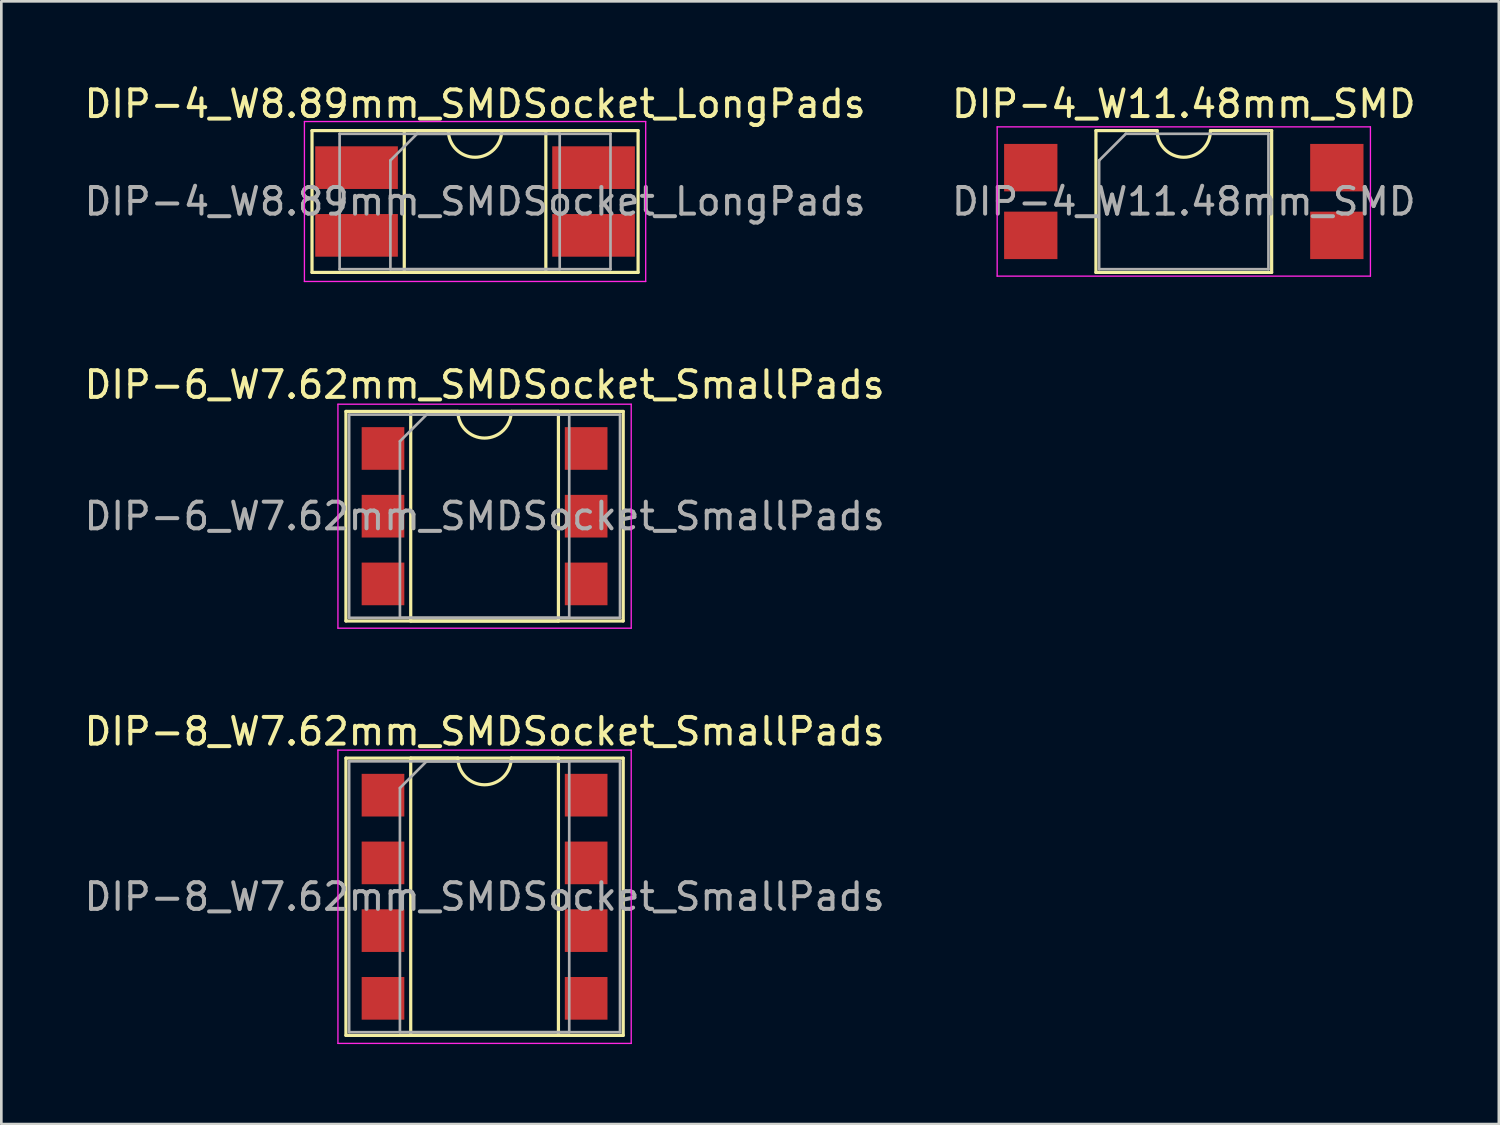
<source format=kicad_pcb>
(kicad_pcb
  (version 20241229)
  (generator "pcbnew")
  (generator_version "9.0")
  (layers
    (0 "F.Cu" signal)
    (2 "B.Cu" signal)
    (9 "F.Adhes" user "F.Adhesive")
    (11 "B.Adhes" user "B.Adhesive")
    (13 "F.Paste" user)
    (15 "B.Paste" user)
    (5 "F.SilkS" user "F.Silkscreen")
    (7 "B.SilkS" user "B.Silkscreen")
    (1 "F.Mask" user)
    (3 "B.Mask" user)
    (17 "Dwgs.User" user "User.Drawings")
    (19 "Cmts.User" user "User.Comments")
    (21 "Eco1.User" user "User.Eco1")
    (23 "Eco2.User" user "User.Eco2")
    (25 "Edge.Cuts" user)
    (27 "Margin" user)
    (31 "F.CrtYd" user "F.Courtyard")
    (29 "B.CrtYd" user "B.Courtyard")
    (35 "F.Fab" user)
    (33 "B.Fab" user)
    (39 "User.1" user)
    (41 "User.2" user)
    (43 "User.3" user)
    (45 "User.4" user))
  (footprint "DIP-4_W11.48mm_SMD"
    (layer "F.Cu")
    (at 41.351 4.508)
    (property "Reference" "DIP-4_W11.48mm_SMD" (at 0 -3.66 0) (layer "F.SilkS") (effects (font (size 1 1) (thickness 0.15))))
    (attr smd)
    (fp_line (start -3.295 -2.66) (end -3.295 2.66) (stroke (width 0.12) (type solid)) (layer "F.SilkS"))
    (fp_line (start -3.295 2.66) (end 3.295 2.66) (stroke (width 0.12) (type solid)) (layer "F.SilkS"))
    (fp_line (start -1 -2.66) (end -3.295 -2.66) (stroke (width 0.12) (type solid)) (layer "F.SilkS"))
    (fp_line (start 3.295 -2.66) (end 1 -2.66) (stroke (width 0.12) (type solid)) (layer "F.SilkS"))
    (fp_line (start 3.295 2.66) (end 3.295 -2.66) (stroke (width 0.12) (type solid)) (layer "F.SilkS"))
    (fp_arc (start 1 -2.66) (mid 0 -1.66) (end -1 -2.66) (stroke (width 0.12) (type solid)) (layer "F.SilkS"))
    (fp_line (start -7 -2.8) (end -7 2.8) (stroke (width 0.05) (type solid)) (layer "F.CrtYd"))
    (fp_line (start -7 2.8) (end 7 2.8) (stroke (width 0.05) (type solid)) (layer "F.CrtYd"))
    (fp_line (start 7 -2.8) (end -7 -2.8) (stroke (width 0.05) (type solid)) (layer "F.CrtYd"))
    (fp_line (start 7 2.8) (end 7 -2.8) (stroke (width 0.05) (type solid)) (layer "F.CrtYd"))
    (fp_line (start -3.175 -1.54) (end -2.175 -2.54) (stroke (width 0.1) (type solid)) (layer "F.Fab"))
    (fp_line (start -3.175 2.54) (end -3.175 -1.54) (stroke (width 0.1) (type solid)) (layer "F.Fab"))
    (fp_line (start -2.175 -2.54) (end 3.175 -2.54) (stroke (width 0.1) (type solid)) (layer "F.Fab"))
    (fp_line (start 3.175 -2.54) (end 3.175 2.54) (stroke (width 0.1) (type solid)) (layer "F.Fab"))
    (fp_line (start 3.175 2.54) (end -3.175 2.54) (stroke (width 0.1) (type solid)) (layer "F.Fab"))
    (fp_text user "${REFERENCE}" (at 0 0 0) (layer "F.Fab") (effects (font (size 1 1) (thickness 0.15))))
    (pad "1" smd rect (at -5.74 -1.27) (size 2 1.78) (layers "F.Cu" "F.Mask" "F.Paste"))
    (pad "2" smd rect (at -5.74 1.27) (size 2 1.78) (layers "F.Cu" "F.Mask" "F.Paste"))
    (pad "3" smd rect (at 5.74 1.27) (size 2 1.78) (layers "F.Cu" "F.Mask" "F.Paste"))
    (pad "4" smd rect (at 5.74 -1.27) (size 2 1.78) (layers "F.Cu" "F.Mask" "F.Paste")))
  (footprint "DIP-4_W8.89mm_SMDSocket_LongPads"
    (layer "F.Cu")
    (at 14.768 4.508)
    (property "Reference" "DIP-4_W8.89mm_SMDSocket_LongPads" (at 0 -3.66 0) (layer "F.SilkS") (effects (font (size 1 1) (thickness 0.15))))
    (attr smd)
    (fp_line (start -6.115 -2.66) (end -6.115 2.66) (stroke (width 0.12) (type solid)) (layer "F.SilkS"))
    (fp_line (start -6.115 2.66) (end 6.115 2.66) (stroke (width 0.12) (type solid)) (layer "F.SilkS"))
    (fp_line (start -2.655 -2.66) (end -2.655 2.66) (stroke (width 0.12) (type solid)) (layer "F.SilkS"))
    (fp_line (start -2.655 2.66) (end 2.655 2.66) (stroke (width 0.12) (type solid)) (layer "F.SilkS"))
    (fp_line (start -1 -2.66) (end -2.655 -2.66) (stroke (width 0.12) (type solid)) (layer "F.SilkS"))
    (fp_line (start 2.655 -2.66) (end 1 -2.66) (stroke (width 0.12) (type solid)) (layer "F.SilkS"))
    (fp_line (start 2.655 2.66) (end 2.655 -2.66) (stroke (width 0.12) (type solid)) (layer "F.SilkS"))
    (fp_line (start 6.115 -2.66) (end -6.115 -2.66) (stroke (width 0.12) (type solid)) (layer "F.SilkS"))
    (fp_line (start 6.115 2.66) (end 6.115 -2.66) (stroke (width 0.12) (type solid)) (layer "F.SilkS"))
    (fp_arc (start 1 -2.66) (mid 0 -1.66) (end -1 -2.66) (stroke (width 0.12) (type solid)) (layer "F.SilkS"))
    (fp_line (start -6.4 -3) (end -6.4 3) (stroke (width 0.05) (type solid)) (layer "F.CrtYd"))
    (fp_line (start -6.4 3) (end 6.4 3) (stroke (width 0.05) (type solid)) (layer "F.CrtYd"))
    (fp_line (start 6.4 -3) (end -6.4 -3) (stroke (width 0.05) (type solid)) (layer "F.CrtYd"))
    (fp_line (start 6.4 3) (end 6.4 -3) (stroke (width 0.05) (type solid)) (layer "F.CrtYd"))
    (fp_line (start -5.08 -2.54) (end -5.08 2.54) (stroke (width 0.1) (type solid)) (layer "F.Fab"))
    (fp_line (start -5.08 2.54) (end 5.08 2.54) (stroke (width 0.1) (type solid)) (layer "F.Fab"))
    (fp_line (start -3.175 -1.54) (end -2.175 -2.54) (stroke (width 0.1) (type solid)) (layer "F.Fab"))
    (fp_line (start -3.175 2.54) (end -3.175 -1.54) (stroke (width 0.1) (type solid)) (layer "F.Fab"))
    (fp_line (start -2.175 -2.54) (end 3.175 -2.54) (stroke (width 0.1) (type solid)) (layer "F.Fab"))
    (fp_line (start 3.175 -2.54) (end 3.175 2.54) (stroke (width 0.1) (type solid)) (layer "F.Fab"))
    (fp_line (start 3.175 2.54) (end -3.175 2.54) (stroke (width 0.1) (type solid)) (layer "F.Fab"))
    (fp_line (start 5.08 -2.54) (end -5.08 -2.54) (stroke (width 0.1) (type solid)) (layer "F.Fab"))
    (fp_line (start 5.08 2.54) (end 5.08 -2.54) (stroke (width 0.1) (type solid)) (layer "F.Fab"))
    (fp_text user "${REFERENCE}" (at 0 0 0) (layer "F.Fab") (effects (font (size 1 1) (thickness 0.15))))
    (pad "1" smd rect (at -4.445 -1.27) (size 3.1 1.6) (layers "F.Cu" "F.Mask" "F.Paste"))
    (pad "2" smd rect (at -4.445 1.27) (size 3.1 1.6) (layers "F.Cu" "F.Mask" "F.Paste"))
    (pad "3" smd rect (at 4.445 1.27) (size 3.1 1.6) (layers "F.Cu" "F.Mask" "F.Paste"))
    (pad "4" smd rect (at 4.445 -1.27) (size 3.1 1.6) (layers "F.Cu" "F.Mask" "F.Paste")))
  (footprint "DIP-6_W7.62mm_SMDSocket_SmallPads"
    (layer "F.Cu")
    (at 15.125 16.311)
    (property "Reference" "DIP-6_W7.62mm_SMDSocket_SmallPads" (at 0 -4.93 0) (layer "F.SilkS") (effects (font (size 1 1) (thickness 0.15))))
    (attr smd)
    (fp_line (start -5.2 -3.93) (end -5.2 3.93) (stroke (width 0.12) (type solid)) (layer "F.SilkS"))
    (fp_line (start -5.2 3.93) (end 5.2 3.93) (stroke (width 0.12) (type solid)) (layer "F.SilkS"))
    (fp_line (start -2.77 -3.93) (end -2.77 3.93) (stroke (width 0.12) (type solid)) (layer "F.SilkS"))
    (fp_line (start -2.77 3.93) (end 2.77 3.93) (stroke (width 0.12) (type solid)) (layer "F.SilkS"))
    (fp_line (start -1 -3.93) (end -2.77 -3.93) (stroke (width 0.12) (type solid)) (layer "F.SilkS"))
    (fp_line (start 2.77 -3.93) (end 1 -3.93) (stroke (width 0.12) (type solid)) (layer "F.SilkS"))
    (fp_line (start 2.77 3.93) (end 2.77 -3.93) (stroke (width 0.12) (type solid)) (layer "F.SilkS"))
    (fp_line (start 5.2 -3.93) (end -5.2 -3.93) (stroke (width 0.12) (type solid)) (layer "F.SilkS"))
    (fp_line (start 5.2 3.93) (end 5.2 -3.93) (stroke (width 0.12) (type solid)) (layer "F.SilkS"))
    (fp_arc (start 1 -3.93) (mid 0 -2.93) (end -1 -3.93) (stroke (width 0.12) (type solid)) (layer "F.SilkS"))
    (fp_line (start -5.5 -4.2) (end -5.5 4.2) (stroke (width 0.05) (type solid)) (layer "F.CrtYd"))
    (fp_line (start -5.5 4.2) (end 5.5 4.2) (stroke (width 0.05) (type solid)) (layer "F.CrtYd"))
    (fp_line (start 5.5 -4.2) (end -5.5 -4.2) (stroke (width 0.05) (type solid)) (layer "F.CrtYd"))
    (fp_line (start 5.5 4.2) (end 5.5 -4.2) (stroke (width 0.05) (type solid)) (layer "F.CrtYd"))
    (fp_line (start -5.08 -3.81) (end -5.08 3.81) (stroke (width 0.1) (type solid)) (layer "F.Fab"))
    (fp_line (start -5.08 3.81) (end 5.08 3.81) (stroke (width 0.1) (type solid)) (layer "F.Fab"))
    (fp_line (start -3.175 -2.81) (end -2.175 -3.81) (stroke (width 0.1) (type solid)) (layer "F.Fab"))
    (fp_line (start -3.175 3.81) (end -3.175 -2.81) (stroke (width 0.1) (type solid)) (layer "F.Fab"))
    (fp_line (start -2.175 -3.81) (end 3.175 -3.81) (stroke (width 0.1) (type solid)) (layer "F.Fab"))
    (fp_line (start 3.175 -3.81) (end 3.175 3.81) (stroke (width 0.1) (type solid)) (layer "F.Fab"))
    (fp_line (start 3.175 3.81) (end -3.175 3.81) (stroke (width 0.1) (type solid)) (layer "F.Fab"))
    (fp_line (start 5.08 -3.81) (end -5.08 -3.81) (stroke (width 0.1) (type solid)) (layer "F.Fab"))
    (fp_line (start 5.08 3.81) (end 5.08 -3.81) (stroke (width 0.1) (type solid)) (layer "F.Fab"))
    (fp_text user "${REFERENCE}" (at 0 0 0) (layer "F.Fab") (effects (font (size 1 1) (thickness 0.15))))
    (pad "1" smd rect (at -3.81 -2.54) (size 1.6 1.6) (layers "F.Cu" "F.Mask" "F.Paste"))
    (pad "2" smd rect (at -3.81 0) (size 1.6 1.6) (layers "F.Cu" "F.Mask" "F.Paste"))
    (pad "3" smd rect (at -3.81 2.54) (size 1.6 1.6) (layers "F.Cu" "F.Mask" "F.Paste"))
    (pad "4" smd rect (at 3.81 2.54) (size 1.6 1.6) (layers "F.Cu" "F.Mask" "F.Paste"))
    (pad "5" smd rect (at 3.81 0) (size 1.6 1.6) (layers "F.Cu" "F.Mask" "F.Paste"))
    (pad "6" smd rect (at 3.81 -2.54) (size 1.6 1.6) (layers "F.Cu" "F.Mask" "F.Paste")))
  (footprint "DIP-8_W7.62mm_SMDSocket_SmallPads"
    (layer "F.Cu")
    (at 15.125 30.585)
    (property "Reference" "DIP-8_W7.62mm_SMDSocket_SmallPads" (at 0 -6.2 0) (layer "F.SilkS") (effects (font (size 1 1) (thickness 0.15))))
    (attr smd)
    (fp_line (start -5.2 -5.2) (end -5.2 5.2) (stroke (width 0.12) (type solid)) (layer "F.SilkS"))
    (fp_line (start -5.2 5.2) (end 5.2 5.2) (stroke (width 0.12) (type solid)) (layer "F.SilkS"))
    (fp_line (start -2.77 -5.2) (end -2.77 5.2) (stroke (width 0.12) (type solid)) (layer "F.SilkS"))
    (fp_line (start -2.77 5.2) (end 2.77 5.2) (stroke (width 0.12) (type solid)) (layer "F.SilkS"))
    (fp_line (start -1 -5.2) (end -2.77 -5.2) (stroke (width 0.12) (type solid)) (layer "F.SilkS"))
    (fp_line (start 2.77 -5.2) (end 1 -5.2) (stroke (width 0.12) (type solid)) (layer "F.SilkS"))
    (fp_line (start 2.77 5.2) (end 2.77 -5.2) (stroke (width 0.12) (type solid)) (layer "F.SilkS"))
    (fp_line (start 5.2 -5.2) (end -5.2 -5.2) (stroke (width 0.12) (type solid)) (layer "F.SilkS"))
    (fp_line (start 5.2 5.2) (end 5.2 -5.2) (stroke (width 0.12) (type solid)) (layer "F.SilkS"))
    (fp_arc (start 1 -5.2) (mid 0 -4.2) (end -1 -5.2) (stroke (width 0.12) (type solid)) (layer "F.SilkS"))
    (fp_line (start -5.5 -5.5) (end -5.5 5.5) (stroke (width 0.05) (type solid)) (layer "F.CrtYd"))
    (fp_line (start -5.5 5.5) (end 5.5 5.5) (stroke (width 0.05) (type solid)) (layer "F.CrtYd"))
    (fp_line (start 5.5 -5.5) (end -5.5 -5.5) (stroke (width 0.05) (type solid)) (layer "F.CrtYd"))
    (fp_line (start 5.5 5.5) (end 5.5 -5.5) (stroke (width 0.05) (type solid)) (layer "F.CrtYd"))
    (fp_line (start -5.08 -5.08) (end -5.08 5.08) (stroke (width 0.1) (type solid)) (layer "F.Fab"))
    (fp_line (start -5.08 5.08) (end 5.08 5.08) (stroke (width 0.1) (type solid)) (layer "F.Fab"))
    (fp_line (start -3.175 -4.08) (end -2.175 -5.08) (stroke (width 0.1) (type solid)) (layer "F.Fab"))
    (fp_line (start -3.175 5.08) (end -3.175 -4.08) (stroke (width 0.1) (type solid)) (layer "F.Fab"))
    (fp_line (start -2.175 -5.08) (end 3.175 -5.08) (stroke (width 0.1) (type solid)) (layer "F.Fab"))
    (fp_line (start 3.175 -5.08) (end 3.175 5.08) (stroke (width 0.1) (type solid)) (layer "F.Fab"))
    (fp_line (start 3.175 5.08) (end -3.175 5.08) (stroke (width 0.1) (type solid)) (layer "F.Fab"))
    (fp_line (start 5.08 -5.08) (end -5.08 -5.08) (stroke (width 0.1) (type solid)) (layer "F.Fab"))
    (fp_line (start 5.08 5.08) (end 5.08 -5.08) (stroke (width 0.1) (type solid)) (layer "F.Fab"))
    (fp_text user "${REFERENCE}" (at 0 0 0) (layer "F.Fab") (effects (font (size 1 1) (thickness 0.15))))
    (pad "1" smd rect (at -3.81 -3.81) (size 1.6 1.6) (layers "F.Cu" "F.Mask" "F.Paste"))
    (pad "2" smd rect (at -3.81 -1.27) (size 1.6 1.6) (layers "F.Cu" "F.Mask" "F.Paste"))
    (pad "3" smd rect (at -3.81 1.27) (size 1.6 1.6) (layers "F.Cu" "F.Mask" "F.Paste"))
    (pad "4" smd rect (at -3.81 3.81) (size 1.6 1.6) (layers "F.Cu" "F.Mask" "F.Paste"))
    (pad "5" smd rect (at 3.81 3.81) (size 1.6 1.6) (layers "F.Cu" "F.Mask" "F.Paste"))
    (pad "6" smd rect (at 3.81 1.27) (size 1.6 1.6) (layers "F.Cu" "F.Mask" "F.Paste"))
    (pad "7" smd rect (at 3.81 -1.27) (size 1.6 1.6) (layers "F.Cu" "F.Mask" "F.Paste"))
    (pad "8" smd rect (at 3.81 -3.81) (size 1.6 1.6) (layers "F.Cu" "F.Mask" "F.Paste")))
  (gr_rect
    (start -3 -3)
    (end 53.167 39.11)
    (stroke (width 0.1) (type default))
    (fill no)
    (layer "Edge.Cuts")))
</source>
